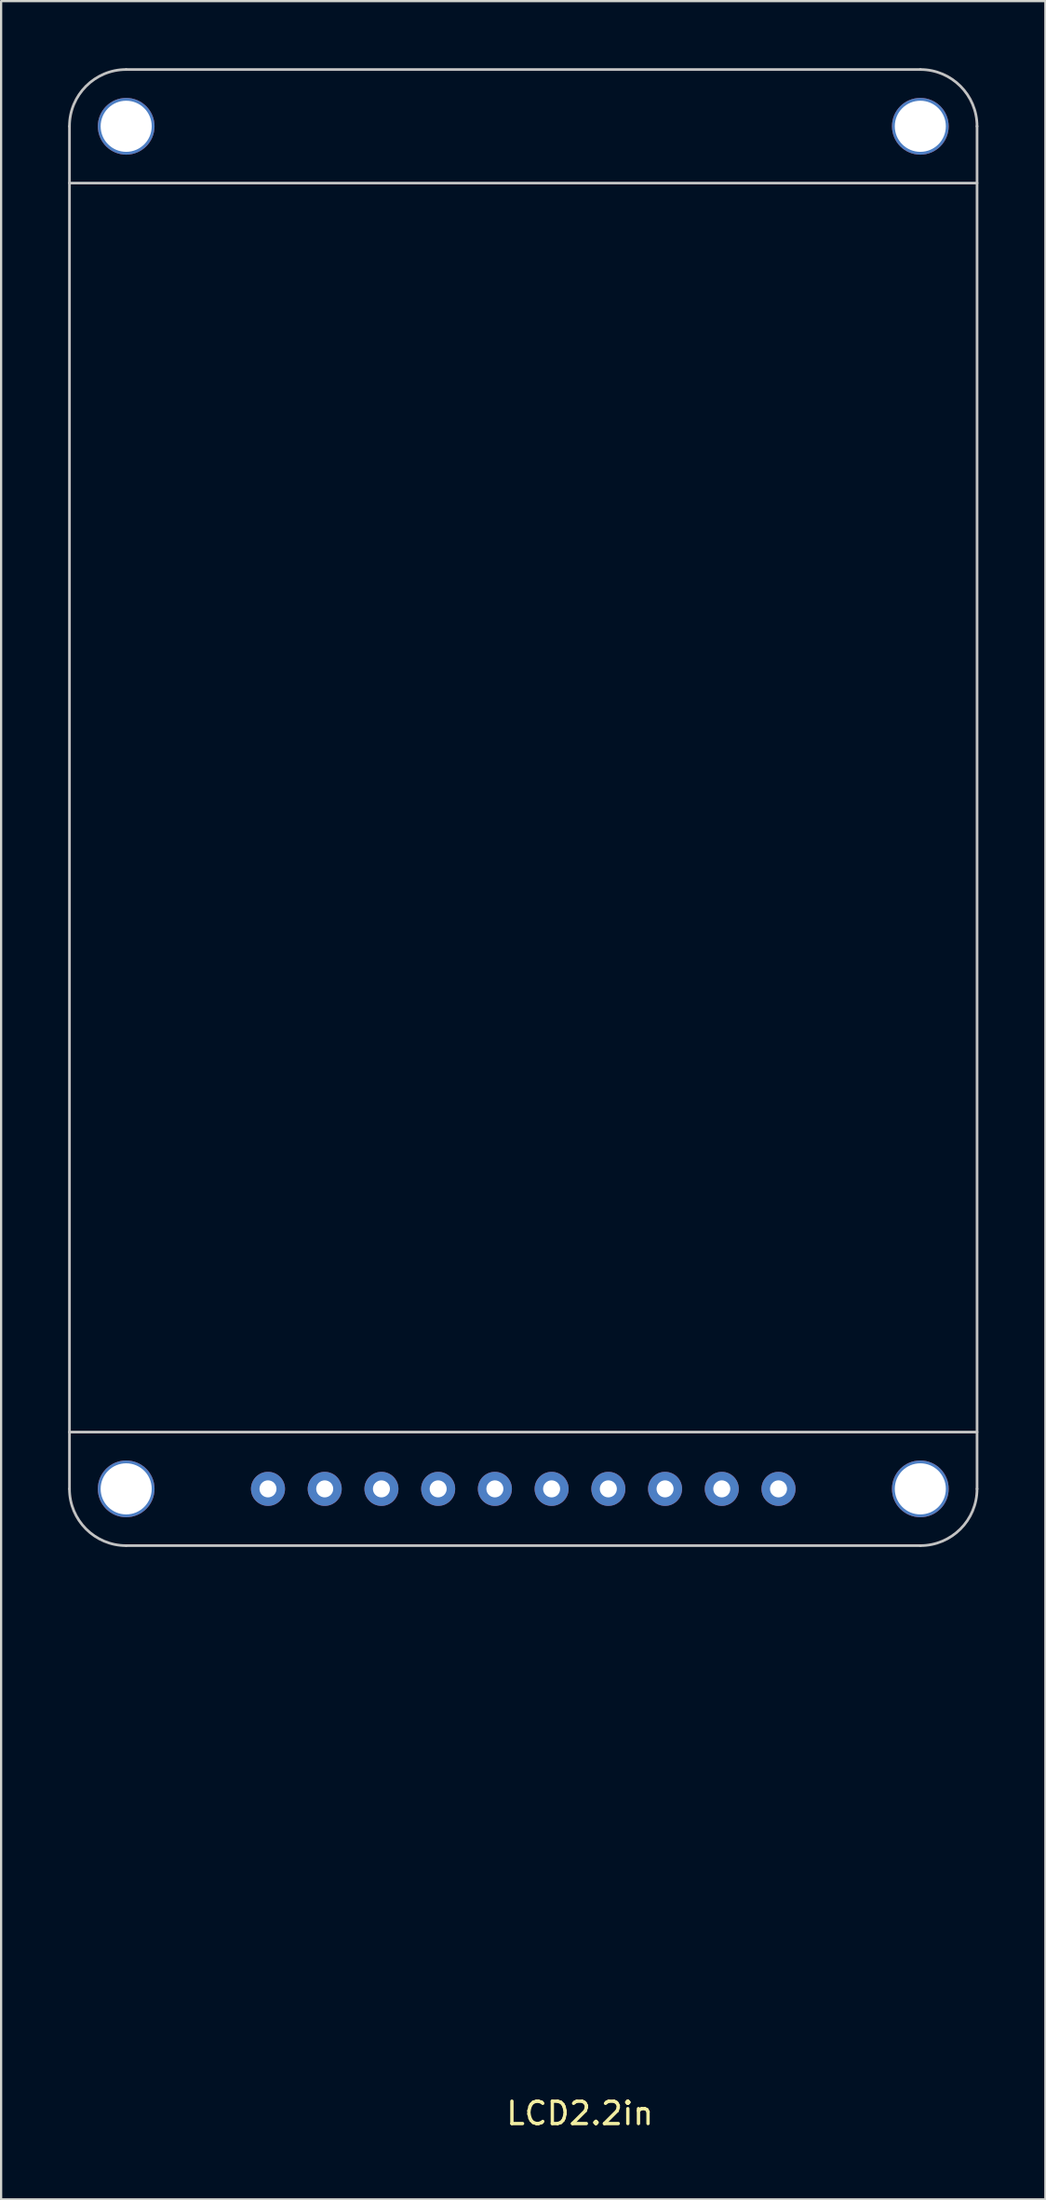
<source format=kicad_pcb>
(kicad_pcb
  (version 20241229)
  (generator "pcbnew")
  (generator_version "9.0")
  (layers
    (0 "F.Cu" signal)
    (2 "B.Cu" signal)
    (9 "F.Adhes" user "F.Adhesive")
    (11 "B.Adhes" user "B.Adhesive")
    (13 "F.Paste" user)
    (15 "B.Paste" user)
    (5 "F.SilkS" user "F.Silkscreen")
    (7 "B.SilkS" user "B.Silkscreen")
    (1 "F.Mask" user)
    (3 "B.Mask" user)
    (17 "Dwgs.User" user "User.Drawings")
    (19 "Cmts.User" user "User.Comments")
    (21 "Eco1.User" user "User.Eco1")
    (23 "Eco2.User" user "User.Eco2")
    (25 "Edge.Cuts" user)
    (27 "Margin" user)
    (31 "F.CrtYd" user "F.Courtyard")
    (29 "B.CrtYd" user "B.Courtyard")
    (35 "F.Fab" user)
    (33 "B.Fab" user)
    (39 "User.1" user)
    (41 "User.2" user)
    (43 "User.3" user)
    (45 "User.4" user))
  (footprint "LCD2.2in"
    (layer "F.Cu")
    (at 20.38 33.08)
    (property "Reference" "LCD2.2in" (at 2.54 58.42 0) (layer "F.SilkS") (effects (font (size 1 1) (thickness 0.15))))
    (attr through_hole exclude_from_pos_files)
    (fp_line (start -20.32 -30.48) (end -20.32 30.48) (stroke (width 0.12) (type solid)) (layer "Dwgs.User"))
    (fp_line (start -20.32 -27.94) (end 20.32 -27.94) (stroke (width 0.12) (type solid)) (layer "Dwgs.User"))
    (fp_line (start -17.78 33.02) (end 17.78 33.02) (stroke (width 0.12) (type solid)) (layer "Dwgs.User"))
    (fp_line (start 17.78 -33.02) (end -17.78 -33.02) (stroke (width 0.12) (type solid)) (layer "Dwgs.User"))
    (fp_line (start 20.32 27.94) (end -20.32 27.94) (stroke (width 0.12) (type solid)) (layer "Dwgs.User"))
    (fp_line (start 20.32 30.48) (end 20.32 -30.48) (stroke (width 0.12) (type solid)) (layer "Dwgs.User"))
    (fp_arc (start -20.32 -30.48) (mid -19.576051 -32.276051) (end -17.78 -33.02) (stroke (width 0.12) (type solid)) (layer "Dwgs.User"))
    (fp_arc (start -17.78 33.02) (mid -19.576051 32.276051) (end -20.32 30.48) (stroke (width 0.12) (type solid)) (layer "Dwgs.User"))
    (fp_arc (start 17.78 -33.02) (mid 19.576051 -32.276051) (end 20.32 -30.48) (stroke (width 0.12) (type solid)) (layer "Dwgs.User"))
    (fp_arc (start 20.32 30.48) (mid 19.576051 32.276051) (end 17.78 33.02) (stroke (width 0.12) (type solid)) (layer "Dwgs.User"))
    (pad "" np_thru_hole circle (at -17.78 -30.48) (size 2.54 2.54) (drill 2.286) (layers "*.Cu" "*.Mask"))
    (pad "" np_thru_hole circle (at -17.78 30.48) (size 2.54 2.54) (drill 2.286) (layers "*.Cu" "*.Mask"))
    (pad "" np_thru_hole circle (at 17.78 -30.48) (size 2.54 2.54) (drill 2.286) (layers "*.Cu" "*.Mask"))
    (pad "" np_thru_hole circle (at 17.78 30.48) (size 2.54 2.54) (drill 2.286) (layers "*.Cu" "*.Mask"))
    (pad "1" thru_hole circle (at 11.43 30.48) (size 1.524 1.524) (drill 0.762) (layers "*.Cu" "*.Mask"))
    (pad "2" thru_hole circle (at 8.89 30.48) (size 1.524 1.524) (drill 0.762) (layers "*.Cu" "*.Mask"))
    (pad "3" thru_hole circle (at 6.35 30.48) (size 1.524 1.524) (drill 0.762) (layers "*.Cu" "*.Mask"))
    (pad "4" thru_hole circle (at 3.81 30.48) (size 1.524 1.524) (drill 0.762) (layers "*.Cu" "*.Mask"))
    (pad "5" thru_hole circle (at 1.27 30.48) (size 1.524 1.524) (drill 0.762) (layers "*.Cu" "*.Mask"))
    (pad "6" thru_hole circle (at -1.27 30.48) (size 1.524 1.524) (drill 0.762) (layers "*.Cu" "*.Mask"))
    (pad "7" thru_hole circle (at -3.81 30.48) (size 1.524 1.524) (drill 0.762) (layers "*.Cu" "*.Mask"))
    (pad "8" thru_hole circle (at -6.35 30.48) (size 1.524 1.524) (drill 0.762) (layers "*.Cu" "*.Mask"))
    (pad "9" thru_hole circle (at -8.89 30.48) (size 1.524 1.524) (drill 0.762) (layers "*.Cu" "*.Mask"))
    (pad "10" thru_hole circle (at -11.43 30.48) (size 1.524 1.524) (drill 0.762) (layers "*.Cu" "*.Mask")))
  (gr_rect
    (start -3 -3)
    (end 43.76 95.348)
    (stroke (width 0.1) (type default))
    (fill no)
    (layer "Edge.Cuts")))
</source>
